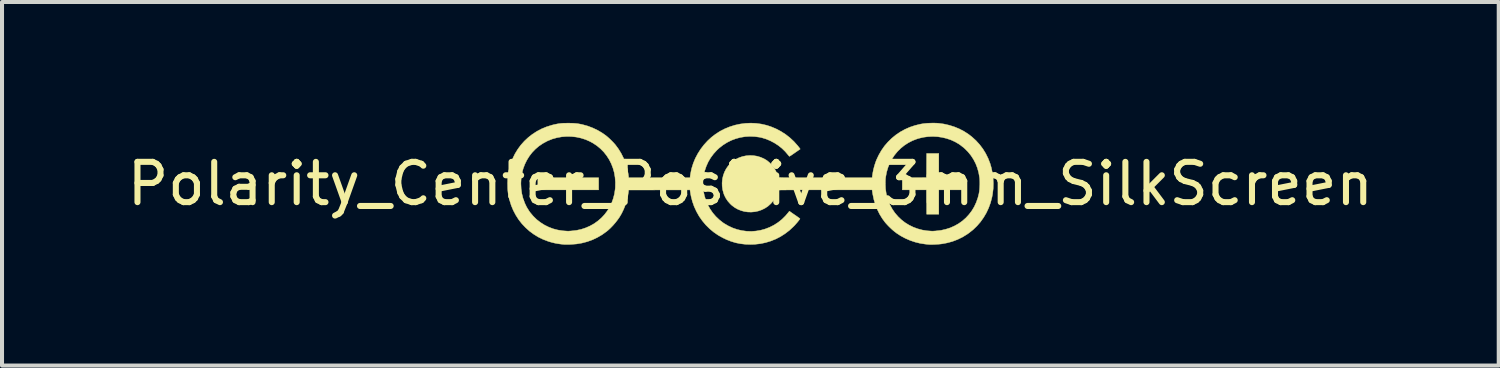
<source format=kicad_pcb>
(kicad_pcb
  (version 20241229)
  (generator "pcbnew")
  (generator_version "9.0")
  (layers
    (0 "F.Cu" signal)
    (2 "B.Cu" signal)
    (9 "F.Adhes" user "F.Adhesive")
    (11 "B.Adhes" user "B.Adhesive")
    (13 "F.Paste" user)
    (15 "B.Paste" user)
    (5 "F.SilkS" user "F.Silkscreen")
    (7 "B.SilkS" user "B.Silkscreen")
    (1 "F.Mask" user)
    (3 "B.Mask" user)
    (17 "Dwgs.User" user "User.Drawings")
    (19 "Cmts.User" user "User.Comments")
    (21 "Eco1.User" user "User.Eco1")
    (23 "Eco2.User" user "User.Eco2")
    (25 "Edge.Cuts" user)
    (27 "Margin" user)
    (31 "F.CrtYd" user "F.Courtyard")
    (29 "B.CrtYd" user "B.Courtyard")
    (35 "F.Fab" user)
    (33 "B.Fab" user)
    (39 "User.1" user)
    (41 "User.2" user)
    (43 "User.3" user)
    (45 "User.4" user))
  (footprint "Polarity_Center_Positive_3mm_SilkScreen"
    (layer "F.Cu")
    (at 15.577 1.513)
    (property "Reference" "Polarity_Center_Positive_3mm_SilkScreen" (at 0 0 0) (layer "F.SilkS") (effects (font (size 1 1) (thickness 0.15))))
    (attr exclude_from_pos_files exclude_from_bom)
    (fp_poly (pts (xy -3.766 0.151) (xy -5.275 0.151) (xy -5.275 -0.151) (xy -3.766 -0.151) (xy -3.766 0.151)) (stroke (width 0.01) (type solid)) (fill yes) (layer "F.SilkS"))
    (fp_poly (pts (xy 4.678 -0.151) (xy 5.281 -0.151) (xy 5.281 0.151) (xy 4.678 0.151) (xy 4.678 0.754) (xy 4.376 0.754) (xy 4.376 0.151) (xy 3.772 0.151) (xy 3.772 -0.151) (xy 4.072 -0.152) (xy 4.373 -0.154) (xy 4.374 -0.454) (xy 4.376 -0.754) (xy 4.678 -0.754) (xy 4.678 -0.151)) (stroke (width 0.01) (type solid)) (fill yes) (layer "F.SilkS"))
    (fp_poly (pts (xy 4.587 -1.507) (xy 4.642 -1.505) (xy 4.669 -1.503) (xy 4.803 -1.485) (xy 4.934 -1.455) (xy 5.062 -1.415) (xy 5.186 -1.364) (xy 5.303 -1.303) (xy 5.413 -1.232) (xy 5.501 -1.164) (xy 5.601 -1.073) (xy 5.691 -0.974) (xy 5.772 -0.867) (xy 5.842 -0.753) (xy 5.902 -0.632) (xy 5.951 -0.506) (xy 5.982 -0.399) (xy 6.009 -0.272) (xy 6.026 -0.141) (xy 6.032 -0.009) (xy 6.028 0.123) (xy 6.013 0.251) (xy 5.997 0.336) (xy 5.962 0.47) (xy 5.915 0.599) (xy 5.858 0.721) (xy 5.79 0.836) (xy 5.713 0.945) (xy 5.626 1.045) (xy 5.53 1.138) (xy 5.425 1.221) (xy 5.381 1.252) (xy 5.265 1.323) (xy 5.144 1.382) (xy 5.018 1.43) (xy 4.886 1.466) (xy 4.758 1.49) (xy 4.725 1.494) (xy 4.686 1.498) (xy 4.641 1.501) (xy 4.594 1.504) (xy 4.547 1.506) (xy 4.504 1.507) (xy 4.466 1.507) (xy 4.437 1.506) (xy 4.426 1.505) (xy 4.411 1.504) (xy 4.386 1.501) (xy 4.357 1.498) (xy 4.338 1.496) (xy 4.214 1.477) (xy 4.089 1.446) (xy 3.967 1.405) (xy 3.847 1.353) (xy 3.733 1.292) (xy 3.626 1.222) (xy 3.562 1.172) (xy 3.521 1.137) (xy 3.476 1.095) (xy 3.43 1.05) (xy 3.388 1.005) (xy 3.351 0.964) (xy 3.347 0.959) (xy 3.274 0.86) (xy 3.208 0.752) (xy 3.151 0.636) (xy 3.104 0.515) (xy 3.066 0.39) (xy 3.039 0.261) (xy 3.033 0.228) (xy 3.022 0.151) (xy 1.857 0.151) (xy 1.709 0.151) (xy 1.574 0.151) (xy 1.451 0.151) (xy 1.338 0.151) (xy 1.237 0.151) (xy 1.146 0.152) (xy 1.064 0.152) (xy 0.992 0.152) (xy 0.929 0.152) (xy 0.875 0.153) (xy 0.828 0.153) (xy 0.789 0.154) (xy 0.757 0.154) (xy 0.732 0.155) (xy 0.713 0.156) (xy 0.7 0.157) (xy 0.692 0.158) (xy 0.689 0.159) (xy 0.689 0.159) (xy 0.664 0.238) (xy 0.636 0.307) (xy 0.604 0.369) (xy 0.566 0.424) (xy 0.523 0.476) (xy 0.503 0.497) (xy 0.436 0.557) (xy 0.362 0.606) (xy 0.283 0.645) (xy 0.201 0.674) (xy 0.116 0.693) (xy 0.029 0.701) (xy -0.058 0.7) (xy -0.144 0.688) (xy -0.228 0.665) (xy -0.309 0.633) (xy -0.386 0.59) (xy -0.457 0.537) (xy -0.499 0.498) (xy -0.56 0.429) (xy -0.609 0.356) (xy -0.648 0.278) (xy -0.663 0.236) (xy -0.688 0.146) (xy -0.7 0.054) (xy -0.701 0.002) (xy 3.351 0.002) (xy 3.356 0.124) (xy 3.373 0.24) (xy 3.4 0.352) (xy 3.439 0.461) (xy 3.467 0.525) (xy 3.524 0.629) (xy 3.59 0.725) (xy 3.666 0.813) (xy 3.749 0.892) (xy 3.84 0.963) (xy 3.939 1.024) (xy 4.043 1.075) (xy 4.153 1.116) (xy 4.268 1.147) (xy 4.387 1.166) (xy 4.458 1.171) (xy 4.48 1.173) (xy 4.5 1.174) (xy 4.508 1.174) (xy 4.52 1.174) (xy 4.541 1.174) (xy 4.57 1.172) (xy 4.602 1.17) (xy 4.61 1.169) (xy 4.733 1.155) (xy 4.851 1.128) (xy 4.964 1.092) (xy 5.071 1.044) (xy 5.172 0.987) (xy 5.265 0.921) (xy 5.351 0.845) (xy 5.428 0.761) (xy 5.498 0.669) (xy 5.558 0.569) (xy 5.608 0.461) (xy 5.648 0.347) (xy 5.674 0.245) (xy 5.682 0.198) (xy 5.689 0.142) (xy 5.693 0.08) (xy 5.696 0.017) (xy 5.696 -0.045) (xy 5.694 -0.103) (xy 5.69 -0.149) (xy 5.669 -0.272) (xy 5.637 -0.39) (xy 5.594 -0.501) (xy 5.54 -0.606) (xy 5.476 -0.704) (xy 5.401 -0.796) (xy 5.317 -0.88) (xy 5.222 -0.956) (xy 5.181 -0.985) (xy 5.084 -1.042) (xy 4.982 -1.089) (xy 4.873 -1.126) (xy 4.761 -1.153) (xy 4.646 -1.17) (xy 4.529 -1.176) (xy 4.412 -1.171) (xy 4.296 -1.156) (xy 4.183 -1.129) (xy 4.137 -1.115) (xy 4.025 -1.072) (xy 3.92 -1.018) (xy 3.823 -0.955) (xy 3.733 -0.882) (xy 3.651 -0.801) (xy 3.578 -0.712) (xy 3.514 -0.615) (xy 3.46 -0.512) (xy 3.416 -0.403) (xy 3.382 -0.288) (xy 3.36 -0.168) (xy 3.358 -0.151) (xy 3.355 -0.125) (xy 3.353 -0.091) (xy 3.352 -0.051) (xy 3.351 -0.011) (xy 3.351 0.002) (xy -0.701 0.002) (xy -0.701 -0.037) (xy -0.692 -0.127) (xy -0.671 -0.214) (xy -0.64 -0.297) (xy -0.599 -0.375) (xy -0.548 -0.448) (xy -0.488 -0.514) (xy -0.432 -0.562) (xy -0.356 -0.612) (xy -0.275 -0.651) (xy -0.19 -0.679) (xy -0.102 -0.697) (xy -0.013 -0.704) (xy 0.077 -0.7) (xy 0.166 -0.686) (xy 0.253 -0.66) (xy 0.336 -0.624) (xy 0.406 -0.583) (xy 0.426 -0.567) (xy 0.452 -0.546) (xy 0.479 -0.522) (xy 0.495 -0.507) (xy 0.549 -0.448) (xy 0.595 -0.385) (xy 0.633 -0.316) (xy 0.665 -0.239) (xy 0.689 -0.159) (xy 0.692 -0.158) (xy 0.699 -0.157) (xy 0.711 -0.156) (xy 0.73 -0.155) (xy 0.754 -0.155) (xy 0.785 -0.154) (xy 0.823 -0.153) (xy 0.869 -0.153) (xy 0.922 -0.153) (xy 0.984 -0.152) (xy 1.055 -0.152) (xy 1.135 -0.152) (xy 1.225 -0.151) (xy 1.325 -0.151) (xy 1.436 -0.151) (xy 1.558 -0.151) (xy 1.692 -0.151) (xy 1.838 -0.151) (xy 3.023 -0.151) (xy 3.027 -0.19) (xy 3.039 -0.269) (xy 3.056 -0.354) (xy 3.078 -0.44) (xy 3.104 -0.522) (xy 3.128 -0.587) (xy 3.186 -0.711) (xy 3.253 -0.828) (xy 3.329 -0.937) (xy 3.415 -1.037) (xy 3.509 -1.129) (xy 3.611 -1.213) (xy 3.72 -1.287) (xy 3.836 -1.351) (xy 3.958 -1.405) (xy 4.086 -1.448) (xy 4.22 -1.481) (xy 4.296 -1.494) (xy 4.345 -1.499) (xy 4.401 -1.504) (xy 4.463 -1.506) (xy 4.527 -1.508) (xy 4.587 -1.507)) (stroke (width 0.01) (type solid)) (fill yes) (layer "F.SilkS"))
    (fp_poly (pts (xy 0.142 -1.501) (xy 0.274 -1.483) (xy 0.404 -1.453) (xy 0.506 -1.42) (xy 0.634 -1.367) (xy 0.756 -1.303) (xy 0.872 -1.229) (xy 0.981 -1.144) (xy 1.082 -1.05) (xy 1.174 -0.947) (xy 1.222 -0.886) (xy 1.238 -0.863) (xy 1.108 -0.773) (xy 1.072 -0.748) (xy 1.04 -0.726) (xy 1.012 -0.707) (xy 0.99 -0.693) (xy 0.976 -0.684) (xy 0.971 -0.682) (xy 0.963 -0.687) (xy 0.952 -0.699) (xy 0.938 -0.716) (xy 0.866 -0.801) (xy 0.785 -0.88) (xy 0.696 -0.951) (xy 0.599 -1.014) (xy 0.497 -1.068) (xy 0.392 -1.112) (xy 0.284 -1.145) (xy 0.229 -1.157) (xy 0.109 -1.173) (xy -0.012 -1.178) (xy -0.13 -1.171) (xy -0.247 -1.152) (xy -0.361 -1.121) (xy -0.471 -1.08) (xy -0.577 -1.027) (xy -0.677 -0.964) (xy -0.771 -0.891) (xy -0.83 -0.836) (xy -0.913 -0.745) (xy -0.985 -0.648) (xy -1.046 -0.545) (xy -1.095 -0.436) (xy -1.134 -0.321) (xy -1.162 -0.199) (xy -1.167 -0.17) (xy -1.173 -0.121) (xy -1.176 -0.065) (xy -1.177 -0.004) (xy -1.177 0.057) (xy -1.173 0.115) (xy -1.168 0.164) (xy -1.167 0.169) (xy -1.142 0.29) (xy -1.106 0.407) (xy -1.059 0.517) (xy -1.002 0.622) (xy -0.935 0.72) (xy -0.858 0.81) (xy -0.772 0.892) (xy -0.678 0.966) (xy -0.654 0.982) (xy -0.549 1.044) (xy -0.44 1.095) (xy -0.327 1.134) (xy -0.212 1.161) (xy -0.095 1.177) (xy 0.024 1.181) (xy 0.142 1.172) (xy 0.259 1.152) (xy 0.367 1.122) (xy 0.481 1.078) (xy 0.589 1.023) (xy 0.691 0.957) (xy 0.785 0.882) (xy 0.871 0.797) (xy 0.922 0.737) (xy 0.969 0.679) (xy 0.999 0.7) (xy 1.013 0.71) (xy 1.036 0.726) (xy 1.064 0.746) (xy 1.096 0.768) (xy 1.13 0.791) (xy 1.161 0.813) (xy 1.189 0.833) (xy 1.211 0.849) (xy 1.226 0.86) (xy 1.232 0.866) (xy 1.232 0.866) (xy 1.228 0.875) (xy 1.217 0.891) (xy 1.2 0.913) (xy 1.179 0.939) (xy 1.156 0.967) (xy 1.13 0.996) (xy 1.105 1.025) (xy 1.081 1.05) (xy 1.072 1.059) (xy 0.97 1.154) (xy 0.862 1.237) (xy 0.748 1.31) (xy 0.629 1.371) (xy 0.504 1.421) (xy 0.376 1.46) (xy 0.243 1.487) (xy 0.107 1.502) (xy 0.006 1.505) (xy -0.122 1.501) (xy -0.243 1.487) (xy -0.36 1.464) (xy -0.474 1.43) (xy -0.588 1.386) (xy -0.674 1.345) (xy -0.794 1.279) (xy -0.906 1.202) (xy -1.01 1.116) (xy -1.106 1.021) (xy -1.193 0.917) (xy -1.271 0.806) (xy -1.338 0.687) (xy -1.395 0.563) (xy -1.439 0.438) (xy -1.472 0.31) (xy -1.485 0.239) (xy -1.499 0.151) (xy -3.021 0.154) (xy -3.026 0.198) (xy -3.042 0.305) (xy -3.068 0.415) (xy -3.103 0.525) (xy -3.146 0.633) (xy -3.195 0.735) (xy -3.247 0.824) (xy -3.296 0.894) (xy -3.352 0.966) (xy -3.412 1.035) (xy -3.475 1.1) (xy -3.537 1.157) (xy -3.567 1.181) (xy -3.679 1.262) (xy -3.797 1.331) (xy -3.919 1.389) (xy -4.046 1.435) (xy -4.179 1.47) (xy -4.315 1.493) (xy -4.457 1.504) (xy -4.486 1.505) (xy -4.524 1.506) (xy -4.56 1.506) (xy -4.591 1.506) (xy -4.613 1.506) (xy -4.624 1.505) (xy -4.709 1.496) (xy -4.785 1.485) (xy -4.855 1.472) (xy -4.921 1.456) (xy -4.988 1.437) (xy -5.02 1.427) (xy -5.146 1.379) (xy -5.265 1.321) (xy -5.377 1.252) (xy -5.483 1.174) (xy -5.58 1.087) (xy -5.67 0.992) (xy -5.751 0.889) (xy -5.822 0.778) (xy -5.884 0.661) (xy -5.936 0.537) (xy -5.976 0.408) (xy -5.985 0.376) (xy -5.998 0.32) (xy -6.008 0.27) (xy -6.015 0.223) (xy -6.02 0.176) (xy -6.024 0.124) (xy -6.025 0.067) (xy -6.026 0) (xy -6.026 -0.003) (xy -5.696 -0.003) (xy -5.69 0.122) (xy -5.673 0.243) (xy -5.644 0.359) (xy -5.604 0.471) (xy -5.553 0.578) (xy -5.491 0.678) (xy -5.464 0.715) (xy -5.388 0.805) (xy -5.304 0.887) (xy -5.211 0.959) (xy -5.112 1.022) (xy -5.007 1.074) (xy -4.897 1.116) (xy -4.783 1.146) (xy -4.665 1.165) (xy -4.618 1.169) (xy -4.588 1.171) (xy -4.563 1.173) (xy -4.544 1.174) (xy -4.536 1.175) (xy -4.525 1.175) (xy -4.505 1.174) (xy -4.477 1.172) (xy -4.445 1.17) (xy -4.436 1.169) (xy -4.314 1.155) (xy -4.196 1.129) (xy -4.084 1.092) (xy -3.978 1.045) (xy -3.878 0.989) (xy -3.786 0.923) (xy -3.7 0.849) (xy -3.623 0.767) (xy -3.554 0.677) (xy -3.494 0.58) (xy -3.444 0.477) (xy -3.404 0.367) (xy -3.374 0.253) (xy -3.356 0.133) (xy -3.352 0.085) (xy -3.35 -0.04) (xy -3.359 -0.161) (xy -3.379 -0.279) (xy -3.411 -0.392) (xy -3.453 -0.5) (xy -3.505 -0.603) (xy -3.567 -0.699) (xy -3.638 -0.789) (xy -3.719 -0.871) (xy -3.808 -0.945) (xy -3.906 -1.01) (xy -3.983 -1.052) (xy -4.092 -1.1) (xy -4.206 -1.136) (xy -4.323 -1.161) (xy -4.442 -1.174) (xy -4.561 -1.176) (xy -4.68 -1.167) (xy -4.798 -1.146) (xy -4.913 -1.114) (xy -5.024 -1.07) (xy -5.047 -1.059) (xy -5.152 -1.002) (xy -5.249 -0.936) (xy -5.337 -0.861) (xy -5.417 -0.778) (xy -5.487 -0.687) (xy -5.548 -0.589) (xy -5.599 -0.485) (xy -5.64 -0.376) (xy -5.67 -0.261) (xy -5.689 -0.142) (xy -5.696 -0.02) (xy -5.696 -0.003) (xy -6.026 -0.003) (xy -6.025 -0.067) (xy -6.024 -0.124) (xy -6.02 -0.175) (xy -6.015 -0.223) (xy -6.008 -0.27) (xy -5.998 -0.321) (xy -5.987 -0.368) (xy -5.95 -0.499) (xy -5.902 -0.624) (xy -5.844 -0.743) (xy -5.775 -0.856) (xy -5.698 -0.961) (xy -5.611 -1.059) (xy -5.516 -1.148) (xy -5.413 -1.229) (xy -5.302 -1.301) (xy -5.185 -1.363) (xy -5.062 -1.414) (xy -4.932 -1.455) (xy -4.873 -1.47) (xy -4.821 -1.481) (xy -4.775 -1.49) (xy -4.732 -1.496) (xy -4.69 -1.501) (xy -4.644 -1.504) (xy -4.592 -1.505) (xy -4.531 -1.506) (xy -4.517 -1.506) (xy -4.45 -1.505) (xy -4.392 -1.503) (xy -4.34 -1.499) (xy -4.292 -1.494) (xy -4.243 -1.486) (xy -4.192 -1.476) (xy -4.156 -1.467) (xy -4.033 -1.433) (xy -3.913 -1.387) (xy -3.796 -1.332) (xy -3.685 -1.267) (xy -3.589 -1.2) (xy -3.543 -1.162) (xy -3.494 -1.118) (xy -3.445 -1.07) (xy -3.398 -1.022) (xy -3.358 -0.977) (xy -3.348 -0.965) (xy -3.272 -0.862) (xy -3.205 -0.752) (xy -3.147 -0.636) (xy -3.099 -0.516) (xy -3.062 -0.393) (xy -3.036 -0.27) (xy -3.03 -0.233) (xy -3.027 -0.206) (xy -3.024 -0.183) (xy -3.021 -0.168) (xy -3.021 -0.165) (xy -3.018 -0.151) (xy -1.496 -0.151) (xy -1.496 -0.166) (xy -1.495 -0.182) (xy -1.491 -0.208) (xy -1.486 -0.24) (xy -1.479 -0.276) (xy -1.472 -0.314) (xy -1.464 -0.349) (xy -1.457 -0.38) (xy -1.456 -0.386) (xy -1.417 -0.51) (xy -1.367 -0.631) (xy -1.305 -0.748) (xy -1.234 -0.86) (xy -1.153 -0.966) (xy -1.063 -1.065) (xy -0.966 -1.155) (xy -0.867 -1.231) (xy -0.754 -1.304) (xy -0.634 -1.366) (xy -0.511 -1.416) (xy -0.384 -1.456) (xy -0.254 -1.484) (xy -0.123 -1.501) (xy 0.01 -1.507) (xy 0.142 -1.501)) (stroke (width 0.01) (type solid)) (fill yes) (layer "F.SilkS")))
  (gr_rect
    (start -3 -3)
    (end 34.155 6.025)
    (stroke (width 0.1) (type default))
    (fill no)
    (layer "Edge.Cuts")))
</source>
